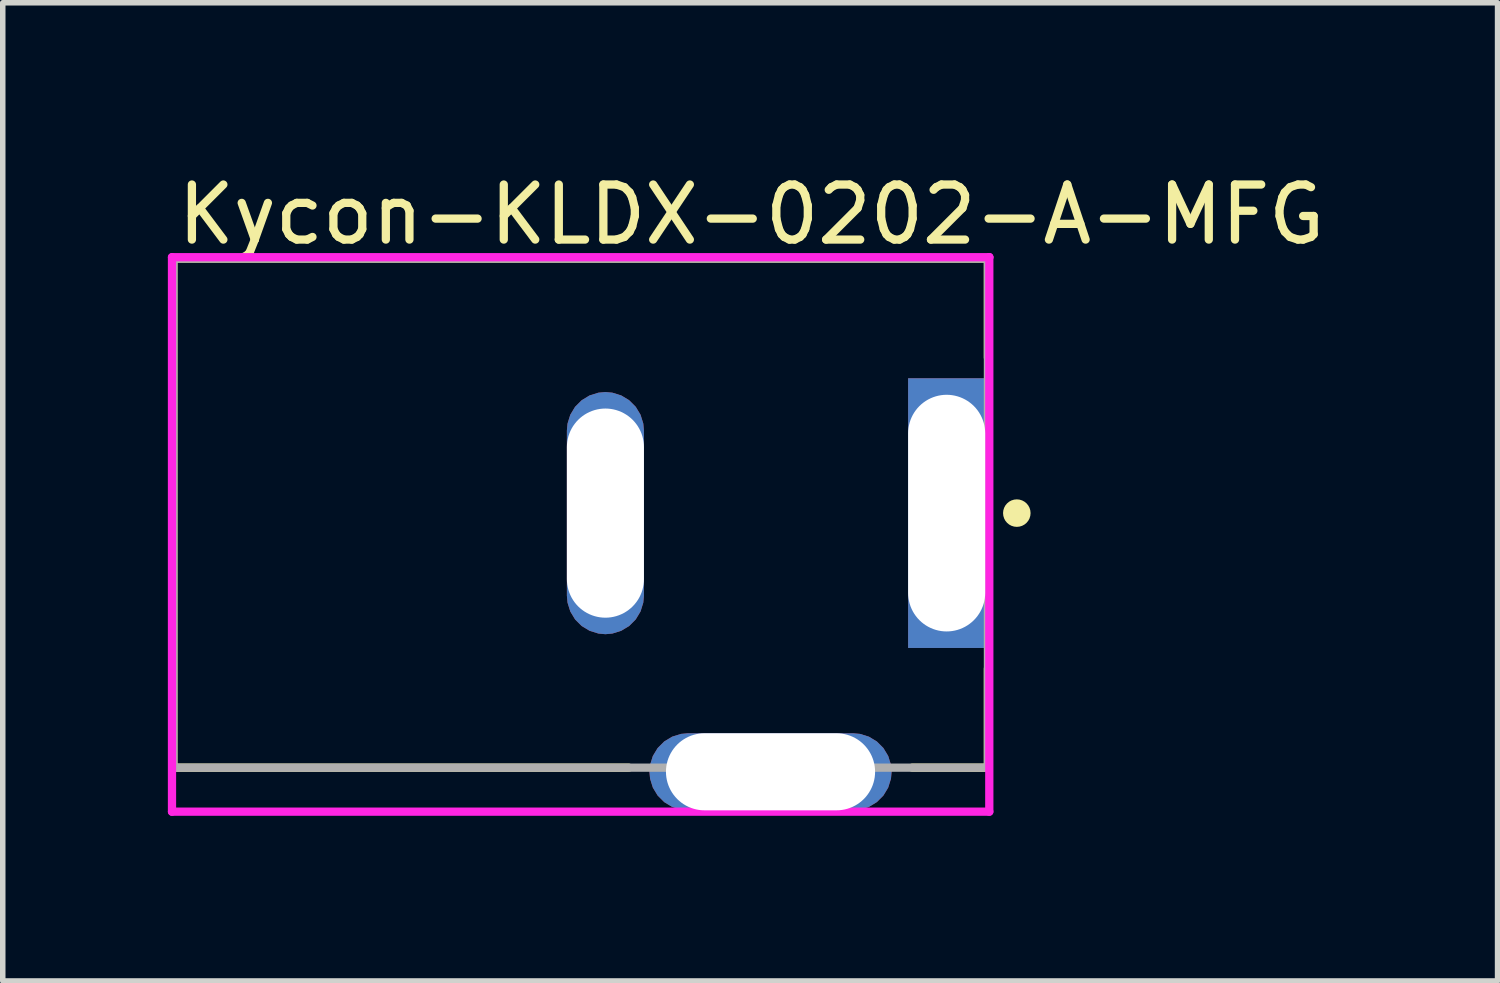
<source format=kicad_pcb>
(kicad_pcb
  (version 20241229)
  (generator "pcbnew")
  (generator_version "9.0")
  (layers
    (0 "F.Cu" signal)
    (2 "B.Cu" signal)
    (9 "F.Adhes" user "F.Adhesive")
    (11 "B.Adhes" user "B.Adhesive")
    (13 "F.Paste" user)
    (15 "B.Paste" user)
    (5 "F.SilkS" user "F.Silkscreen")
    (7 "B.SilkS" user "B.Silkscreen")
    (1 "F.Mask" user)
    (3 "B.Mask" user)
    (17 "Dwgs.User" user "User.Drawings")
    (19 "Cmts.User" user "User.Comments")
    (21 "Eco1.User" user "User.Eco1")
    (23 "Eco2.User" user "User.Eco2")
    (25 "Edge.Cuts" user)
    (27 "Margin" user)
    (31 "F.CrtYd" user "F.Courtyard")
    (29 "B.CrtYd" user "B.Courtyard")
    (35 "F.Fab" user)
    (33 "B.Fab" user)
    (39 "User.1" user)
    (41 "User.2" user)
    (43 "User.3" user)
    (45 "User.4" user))
  (footprint "Kycon-KLDX-0202-A-MFG"
    (layer "F.Cu")
    (at 7.5 6.273)
    (property "Reference" "Kycon-KLDX-0202-A-MFG" (at -7.4 -5.425 0) (layer "F.SilkS") (effects (font (size 1 1) (thickness 0.15)) (justify left)))
    (attr through_hole)
    (fp_line (start -7.4 -4.625) (end 7.4 -4.625) (stroke (width 0.15) (type solid)) (layer "F.SilkS"))
    (fp_line (start -7.4 4.625) (end -7.4 -4.625) (stroke (width 0.15) (type solid)) (layer "F.SilkS"))
    (fp_line (start -7.4 4.625) (end 0.875 4.625) (stroke (width 0.15) (type solid)) (layer "F.SilkS"))
    (fp_line (start 6.025 4.625) (end 7.4 4.625) (stroke (width 0.15) (type solid)) (layer "F.SilkS"))
    (fp_line (start 7.4 -2.825) (end 7.4 -4.625) (stroke (width 0.15) (type solid)) (layer "F.SilkS"))
    (fp_line (start 7.4 4.625) (end 7.4 2.825) (stroke (width 0.15) (type solid)) (layer "F.SilkS"))
    (fp_circle (center 7.925 0) (end 8.05 0) (stroke (width 0.25) (type solid)) (fill no) (layer "F.SilkS"))
    (fp_line (start -7.425 -4.65) (end -7.425 5.425) (stroke (width 0.15) (type solid)) (layer "F.CrtYd"))
    (fp_line (start -7.425 5.425) (end 7.425 5.425) (stroke (width 0.15) (type solid)) (layer "F.CrtYd"))
    (fp_line (start 7.425 -4.65) (end -7.425 -4.65) (stroke (width 0.15) (type solid)) (layer "F.CrtYd"))
    (fp_line (start 7.425 -4.65) (end 7.425 -4.65) (stroke (width 0.15) (type solid)) (layer "F.CrtYd"))
    (fp_line (start 7.425 5.425) (end 7.425 -4.65) (stroke (width 0.15) (type solid)) (layer "F.CrtYd"))
    (fp_line (start -7.4 -4.625) (end 7.4 -4.625) (stroke (width 0.15) (type solid)) (layer "F.Fab"))
    (fp_line (start -7.4 4.625) (end -7.4 -4.625) (stroke (width 0.15) (type solid)) (layer "F.Fab"))
    (fp_line (start 7.4 -4.625) (end 7.4 4.625) (stroke (width 0.15) (type solid)) (layer "F.Fab"))
    (fp_line (start 7.4 4.625) (end -7.4 4.625) (stroke (width 0.15) (type solid)) (layer "F.Fab"))
    (pad "1" thru_hole rect (at 6.65 0) (size 1.4 4.9) (drill oval 4.3) (layers "*.Cu"))
    (pad "2" thru_hole roundrect (at 0.45 0) (size 1.4 4.4) (drill oval 3.8) (layers "*.Cu") (roundrect_rratio 0.5))
    (pad "3" thru_hole roundrect (at 3.45 4.7 270) (size 1.4 4.4) (drill oval 3.8) (layers "*.Cu") (roundrect_rratio 0.5)))
  (gr_rect
    (start -3 -3)
    (end 24.16 14.773)
    (stroke (width 0.1) (type default))
    (fill no)
    (layer "Edge.Cuts")))
</source>
